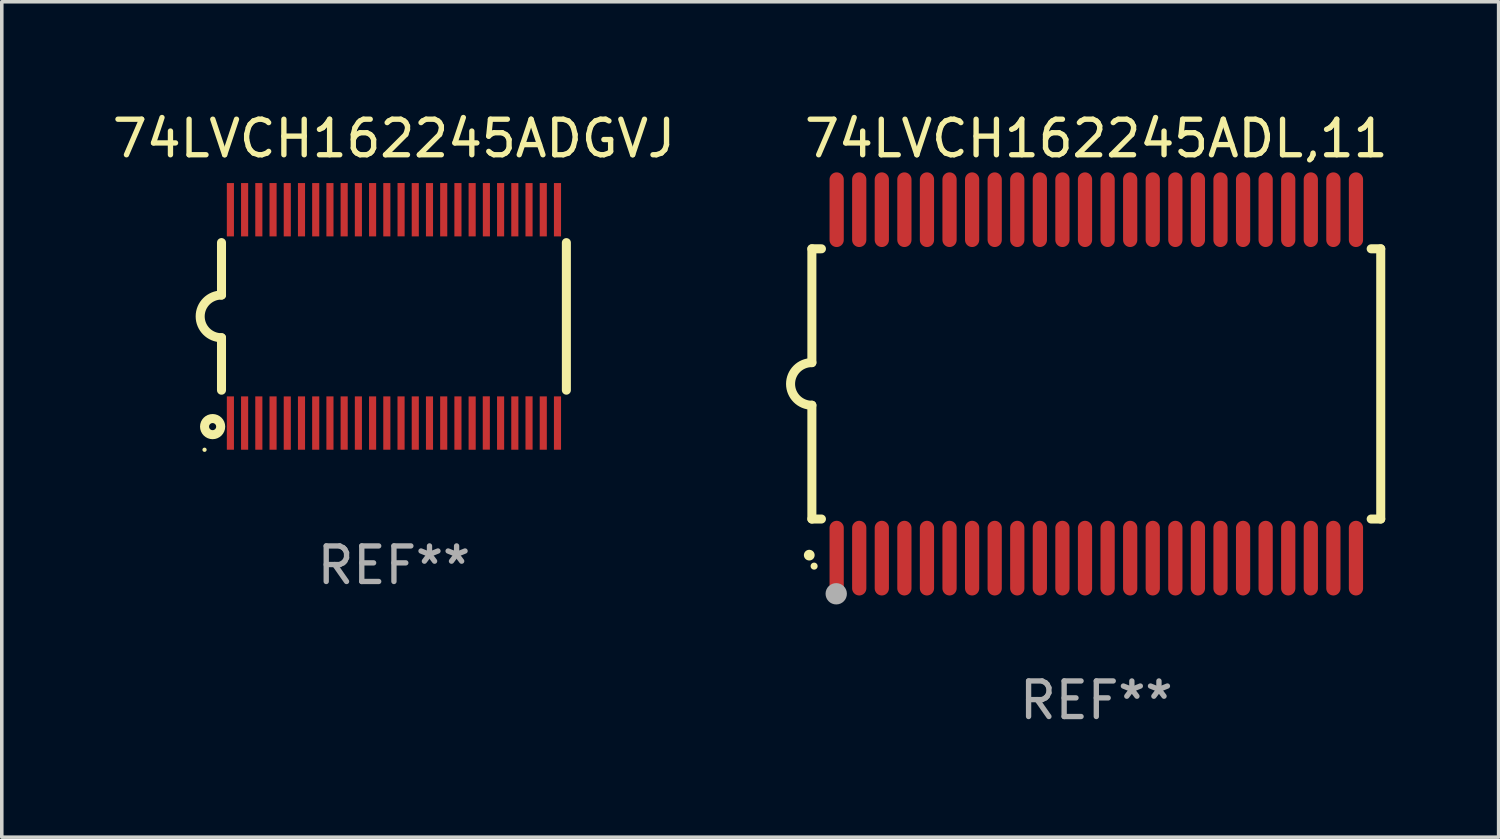
<source format=kicad_pcb>
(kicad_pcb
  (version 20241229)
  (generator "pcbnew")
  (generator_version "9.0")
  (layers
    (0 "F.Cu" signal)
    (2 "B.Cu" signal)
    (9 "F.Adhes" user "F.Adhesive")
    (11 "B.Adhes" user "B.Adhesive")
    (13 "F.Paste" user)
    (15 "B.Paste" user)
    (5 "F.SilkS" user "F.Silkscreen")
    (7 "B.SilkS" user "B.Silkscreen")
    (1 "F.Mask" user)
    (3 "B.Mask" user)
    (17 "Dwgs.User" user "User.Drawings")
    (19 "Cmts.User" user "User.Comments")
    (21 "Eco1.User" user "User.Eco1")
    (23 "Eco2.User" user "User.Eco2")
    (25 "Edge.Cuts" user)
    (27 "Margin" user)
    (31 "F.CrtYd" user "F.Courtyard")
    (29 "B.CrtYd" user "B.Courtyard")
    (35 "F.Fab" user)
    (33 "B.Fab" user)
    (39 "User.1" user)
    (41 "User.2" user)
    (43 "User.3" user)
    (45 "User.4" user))
  (footprint "74LVCH162245ADL,11"
    (layer "F.Cu")
    (at 27.785 7.748)
    (property "Reference" "74LVCH162245ADL,11" (at 0 -6.9 0) (layer "F.SilkS") (effects (font (size 1 1) (thickness 0.15))))
    (attr through_hole)
    (fp_line (start -8 -3.8) (end -8 -0.599) (stroke (width 0.254) (type solid)) (layer "F.SilkS"))
    (fp_line (start -8 -3.8) (end -7.731 -3.8) (stroke (width 0.254) (type solid)) (layer "F.SilkS"))
    (fp_line (start -8 3.8) (end -8 0.599) (stroke (width 0.254) (type solid)) (layer "F.SilkS"))
    (fp_line (start -7.731 3.8) (end -8 3.8) (stroke (width 0.254) (type solid)) (layer "F.SilkS"))
    (fp_line (start 7.731 -3.8) (end 8 -3.8) (stroke (width 0.254) (type solid)) (layer "F.SilkS"))
    (fp_line (start 8 -3.8) (end 8 3.8) (stroke (width 0.254) (type solid)) (layer "F.SilkS"))
    (fp_line (start 8 3.8) (end 7.731 3.8) (stroke (width 0.254) (type solid)) (layer "F.SilkS"))
    (fp_arc (start -8.074676 4.81585) (mid -8.073406 4.815845) (end -8.072136 4.81585) (stroke (width 0.3) (type solid)) (layer "F.SilkS"))
    (fp_arc (start -8.000025 0.6) (mid -8.598908 0.00056) (end -8.000027 -0.598882) (stroke (width 0.254001) (type solid)) (layer "F.SilkS"))
    (fp_circle (center -7.937 5.125) (end -7.887 5.125) (stroke (width 0.1) (type solid)) (fill no) (layer "F.SilkS"))
    (fp_circle (center -7.315 5.903) (end -7.165 5.903) (stroke (width 0.3) (type solid)) (fill no) (layer "F.Fab"))
    (fp_text user "REF**" (at 0 8.9 0) (layer "F.Fab") (effects (font (size 1 1) (thickness 0.15))))
    (pad "1" smd oval (at -7.303 4.9) (size 0.4 2.1) (layers "F.Cu" "F.Mask" "F.Paste"))
    (pad "2" smd oval (at -6.668 4.9) (size 0.4 2.1) (layers "F.Cu" "F.Mask" "F.Paste"))
    (pad "3" smd oval (at -6.033 4.9) (size 0.4 2.1) (layers "F.Cu" "F.Mask" "F.Paste"))
    (pad "4" smd oval (at -5.398 4.9) (size 0.4 2.1) (layers "F.Cu" "F.Mask" "F.Paste"))
    (pad "5" smd oval (at -4.763 4.9) (size 0.4 2.1) (layers "F.Cu" "F.Mask" "F.Paste"))
    (pad "6" smd oval (at -4.128 4.9) (size 0.4 2.1) (layers "F.Cu" "F.Mask" "F.Paste"))
    (pad "7" smd oval (at -3.493 4.9) (size 0.4 2.1) (layers "F.Cu" "F.Mask" "F.Paste"))
    (pad "8" smd oval (at -2.858 4.9) (size 0.4 2.1) (layers "F.Cu" "F.Mask" "F.Paste"))
    (pad "9" smd oval (at -2.223 4.9) (size 0.4 2.1) (layers "F.Cu" "F.Mask" "F.Paste"))
    (pad "10" smd oval (at -1.588 4.9) (size 0.4 2.1) (layers "F.Cu" "F.Mask" "F.Paste"))
    (pad "11" smd oval (at -0.953 4.9) (size 0.4 2.1) (layers "F.Cu" "F.Mask" "F.Paste"))
    (pad "12" smd oval (at -0.318 4.9) (size 0.4 2.1) (layers "F.Cu" "F.Mask" "F.Paste"))
    (pad "13" smd oval (at 0.318 4.9) (size 0.4 2.1) (layers "F.Cu" "F.Mask" "F.Paste"))
    (pad "14" smd oval (at 0.953 4.9) (size 0.4 2.1) (layers "F.Cu" "F.Mask" "F.Paste"))
    (pad "15" smd oval (at 1.588 4.9) (size 0.4 2.1) (layers "F.Cu" "F.Mask" "F.Paste"))
    (pad "16" smd oval (at 2.223 4.9) (size 0.4 2.1) (layers "F.Cu" "F.Mask" "F.Paste"))
    (pad "17" smd oval (at 2.858 4.9) (size 0.4 2.1) (layers "F.Cu" "F.Mask" "F.Paste"))
    (pad "18" smd oval (at 3.493 4.9) (size 0.4 2.1) (layers "F.Cu" "F.Mask" "F.Paste"))
    (pad "19" smd oval (at 4.128 4.9) (size 0.4 2.1) (layers "F.Cu" "F.Mask" "F.Paste"))
    (pad "20" smd oval (at 4.763 4.9) (size 0.4 2.1) (layers "F.Cu" "F.Mask" "F.Paste"))
    (pad "21" smd oval (at 5.398 4.9) (size 0.4 2.1) (layers "F.Cu" "F.Mask" "F.Paste"))
    (pad "22" smd oval (at 6.033 4.9) (size 0.4 2.1) (layers "F.Cu" "F.Mask" "F.Paste"))
    (pad "23" smd oval (at 6.668 4.9) (size 0.4 2.1) (layers "F.Cu" "F.Mask" "F.Paste"))
    (pad "24" smd oval (at 7.303 4.9) (size 0.4 2.1) (layers "F.Cu" "F.Mask" "F.Paste"))
    (pad "25" smd oval (at 7.303 -4.9 180) (size 0.4 2.1) (layers "F.Cu" "F.Mask" "F.Paste"))
    (pad "26" smd oval (at 6.668 -4.9 180) (size 0.4 2.1) (layers "F.Cu" "F.Mask" "F.Paste"))
    (pad "27" smd oval (at 6.033 -4.9 180) (size 0.4 2.1) (layers "F.Cu" "F.Mask" "F.Paste"))
    (pad "28" smd oval (at 5.398 -4.9 180) (size 0.4 2.1) (layers "F.Cu" "F.Mask" "F.Paste"))
    (pad "29" smd oval (at 4.763 -4.9 180) (size 0.4 2.1) (layers "F.Cu" "F.Mask" "F.Paste"))
    (pad "30" smd oval (at 4.128 -4.9 180) (size 0.4 2.1) (layers "F.Cu" "F.Mask" "F.Paste"))
    (pad "31" smd oval (at 3.493 -4.9 180) (size 0.4 2.1) (layers "F.Cu" "F.Mask" "F.Paste"))
    (pad "32" smd oval (at 2.858 -4.9 180) (size 0.4 2.1) (layers "F.Cu" "F.Mask" "F.Paste"))
    (pad "33" smd oval (at 2.223 -4.9 180) (size 0.4 2.1) (layers "F.Cu" "F.Mask" "F.Paste"))
    (pad "34" smd oval (at 1.588 -4.9 180) (size 0.4 2.1) (layers "F.Cu" "F.Mask" "F.Paste"))
    (pad "35" smd oval (at 0.953 -4.9 180) (size 0.4 2.1) (layers "F.Cu" "F.Mask" "F.Paste"))
    (pad "36" smd oval (at 0.318 -4.9 180) (size 0.4 2.1) (layers "F.Cu" "F.Mask" "F.Paste"))
    (pad "37" smd oval (at -0.318 -4.9 180) (size 0.4 2.1) (layers "F.Cu" "F.Mask" "F.Paste"))
    (pad "38" smd oval (at -0.953 -4.9 180) (size 0.4 2.1) (layers "F.Cu" "F.Mask" "F.Paste"))
    (pad "39" smd oval (at -1.588 -4.9 180) (size 0.4 2.1) (layers "F.Cu" "F.Mask" "F.Paste"))
    (pad "40" smd oval (at -2.223 -4.9 180) (size 0.4 2.1) (layers "F.Cu" "F.Mask" "F.Paste"))
    (pad "41" smd oval (at -2.858 -4.9 180) (size 0.4 2.1) (layers "F.Cu" "F.Mask" "F.Paste"))
    (pad "42" smd oval (at -3.493 -4.9 180) (size 0.4 2.1) (layers "F.Cu" "F.Mask" "F.Paste"))
    (pad "43" smd oval (at -4.128 -4.9 180) (size 0.4 2.1) (layers "F.Cu" "F.Mask" "F.Paste"))
    (pad "44" smd oval (at -4.763 -4.9 180) (size 0.4 2.1) (layers "F.Cu" "F.Mask" "F.Paste"))
    (pad "45" smd oval (at -5.398 -4.9 180) (size 0.4 2.1) (layers "F.Cu" "F.Mask" "F.Paste"))
    (pad "46" smd oval (at -6.033 -4.9 180) (size 0.4 2.1) (layers "F.Cu" "F.Mask" "F.Paste"))
    (pad "47" smd oval (at -6.668 -4.9 180) (size 0.4 2.1) (layers "F.Cu" "F.Mask" "F.Paste"))
    (pad "48" smd oval (at -7.303 -4.9 180) (size 0.4 2.1) (layers "F.Cu" "F.Mask" "F.Paste")))
  (footprint "74LVCH162245ADGVJ"
    (layer "F.Cu")
    (at 8.03 5.849)
    (property "Reference" "74LVCH162245ADGVJ" (at 0 -5.001 0) (layer "F.SilkS") (effects (font (size 1 1) (thickness 0.15))))
    (attr through_hole)
    (fp_line (start -4.85 -2.076) (end -4.85 -0.6) (stroke (width 0.254) (type solid)) (layer "F.SilkS"))
    (fp_line (start -4.85 2.076) (end -4.85 0.6) (stroke (width 0.254) (type solid)) (layer "F.SilkS"))
    (fp_line (start 4.85 -2.075) (end 4.85 2.075) (stroke (width 0.254) (type solid)) (layer "F.SilkS"))
    (fp_arc (start -4.850013 0.6) (mid -5.449099 -0.0008) (end -4.848869 -0.600457) (stroke (width 0.254001) (type solid)) (layer "F.SilkS"))
    (fp_circle (center -5.327 3.751) (end -5.297 3.751) (stroke (width 0.06) (type solid)) (fill no) (layer "F.SilkS"))
    (fp_circle (center -5.1 3.1) (end -5 3.1) (stroke (width 0.254) (type solid)) (fill no) (layer "F.SilkS"))
    (fp_text user "REF**" (at 0 7.001 0) (layer "F.Fab") (effects (font (size 1 1) (thickness 0.15))))
    (pad "1" smd rect (at -4.6 3) (size 0.2 1.5) (layers "F.Cu" "F.Mask" "F.Paste"))
    (pad "2" smd rect (at -4.2 3) (size 0.2 1.5) (layers "F.Cu" "F.Mask" "F.Paste"))
    (pad "3" smd rect (at -3.8 3) (size 0.2 1.5) (layers "F.Cu" "F.Mask" "F.Paste"))
    (pad "4" smd rect (at -3.4 3) (size 0.2 1.5) (layers "F.Cu" "F.Mask" "F.Paste"))
    (pad "5" smd rect (at -3 3.001) (size 0.2 1.5) (layers "F.Cu" "F.Mask" "F.Paste"))
    (pad "6" smd rect (at -2.6 3) (size 0.2 1.5) (layers "F.Cu" "F.Mask" "F.Paste"))
    (pad "7" smd rect (at -2.2 3) (size 0.2 1.5) (layers "F.Cu" "F.Mask" "F.Paste"))
    (pad "8" smd rect (at -1.8 3) (size 0.2 1.5) (layers "F.Cu" "F.Mask" "F.Paste"))
    (pad "9" smd rect (at -1.4 3) (size 0.2 1.5) (layers "F.Cu" "F.Mask" "F.Paste"))
    (pad "10" smd rect (at -1 3) (size 0.2 1.5) (layers "F.Cu" "F.Mask" "F.Paste"))
    (pad "11" smd rect (at -0.6 3) (size 0.2 1.5) (layers "F.Cu" "F.Mask" "F.Paste"))
    (pad "12" smd rect (at -0.2 3) (size 0.2 1.5) (layers "F.Cu" "F.Mask" "F.Paste"))
    (pad "13" smd rect (at 0.2 3) (size 0.2 1.5) (layers "F.Cu" "F.Mask" "F.Paste"))
    (pad "14" smd rect (at 0.6 3) (size 0.2 1.5) (layers "F.Cu" "F.Mask" "F.Paste"))
    (pad "15" smd rect (at 1 3) (size 0.2 1.5) (layers "F.Cu" "F.Mask" "F.Paste"))
    (pad "16" smd rect (at 1.4 3) (size 0.2 1.5) (layers "F.Cu" "F.Mask" "F.Paste"))
    (pad "17" smd rect (at 1.8 3) (size 0.2 1.5) (layers "F.Cu" "F.Mask" "F.Paste"))
    (pad "18" smd rect (at 2.2 3.001) (size 0.2 1.5) (layers "F.Cu" "F.Mask" "F.Paste"))
    (pad "19" smd rect (at 2.598 2.998) (size 0.2 1.5) (layers "F.Cu" "F.Mask" "F.Paste"))
    (pad "20" smd rect (at 3 3) (size 0.2 1.5) (layers "F.Cu" "F.Mask" "F.Paste"))
    (pad "21" smd rect (at 3.4 3) (size 0.2 1.5) (layers "F.Cu" "F.Mask" "F.Paste"))
    (pad "22" smd rect (at 3.8 2.998) (size 0.2 1.5) (layers "F.Cu" "F.Mask" "F.Paste"))
    (pad "23" smd rect (at 4.2 3) (size 0.2 1.5) (layers "F.Cu" "F.Mask" "F.Paste"))
    (pad "24" smd rect (at 4.6 3) (size 0.2 1.5) (layers "F.Cu" "F.Mask" "F.Paste"))
    (pad "25" smd rect (at 4.6 -3) (size 0.2 1.5) (layers "F.Cu" "F.Mask" "F.Paste"))
    (pad "26" smd rect (at 4.2 -3) (size 0.2 1.5) (layers "F.Cu" "F.Mask" "F.Paste"))
    (pad "27" smd rect (at 3.8 -3) (size 0.2 1.5) (layers "F.Cu" "F.Mask" "F.Paste"))
    (pad "28" smd rect (at 3.4 -3) (size 0.2 1.5) (layers "F.Cu" "F.Mask" "F.Paste"))
    (pad "29" smd rect (at 3 -3) (size 0.2 1.5) (layers "F.Cu" "F.Mask" "F.Paste"))
    (pad "30" smd rect (at 2.6 -3) (size 0.2 1.5) (layers "F.Cu" "F.Mask" "F.Paste"))
    (pad "31" smd rect (at 2.2 -3) (size 0.2 1.5) (layers "F.Cu" "F.Mask" "F.Paste"))
    (pad "32" smd rect (at 1.8 -3) (size 0.2 1.5) (layers "F.Cu" "F.Mask" "F.Paste"))
    (pad "33" smd rect (at 1.4 -3) (size 0.2 1.5) (layers "F.Cu" "F.Mask" "F.Paste"))
    (pad "34" smd rect (at 1 -3) (size 0.2 1.5) (layers "F.Cu" "F.Mask" "F.Paste"))
    (pad "35" smd rect (at 0.6 -3) (size 0.2 1.5) (layers "F.Cu" "F.Mask" "F.Paste"))
    (pad "36" smd rect (at 0.201 -3.001) (size 0.2 1.5) (layers "F.Cu" "F.Mask" "F.Paste"))
    (pad "37" smd rect (at -0.2 -3) (size 0.2 1.5) (layers "F.Cu" "F.Mask" "F.Paste"))
    (pad "38" smd rect (at -0.6 -3) (size 0.2 1.5) (layers "F.Cu" "F.Mask" "F.Paste"))
    (pad "39" smd rect (at -1 -3) (size 0.2 1.5) (layers "F.Cu" "F.Mask" "F.Paste"))
    (pad "40" smd rect (at -1.4 -3) (size 0.2 1.5) (layers "F.Cu" "F.Mask" "F.Paste"))
    (pad "41" smd rect (at -1.8 -3) (size 0.2 1.5) (layers "F.Cu" "F.Mask" "F.Paste"))
    (pad "42" smd rect (at -2.2 -3) (size 0.2 1.5) (layers "F.Cu" "F.Mask" "F.Paste"))
    (pad "43" smd rect (at -2.6 -3) (size 0.2 1.5) (layers "F.Cu" "F.Mask" "F.Paste"))
    (pad "44" smd rect (at -3 -3) (size 0.2 1.5) (layers "F.Cu" "F.Mask" "F.Paste"))
    (pad "45" smd rect (at -3.4 -3) (size 0.2 1.5) (layers "F.Cu" "F.Mask" "F.Paste"))
    (pad "46" smd rect (at -3.8 -3) (size 0.2 1.5) (layers "F.Cu" "F.Mask" "F.Paste"))
    (pad "47" smd rect (at -4.2 -3) (size 0.2 1.5) (layers "F.Cu" "F.Mask" "F.Paste"))
    (pad "48" smd rect (at -4.6 -3) (size 0.2 1.5) (layers "F.Cu" "F.Mask" "F.Paste")))
  (gr_rect
    (start -3 -3)
    (end 39.101 20.496)
    (stroke (width 0.1) (type default))
    (fill no)
    (layer "Edge.Cuts")))
</source>
